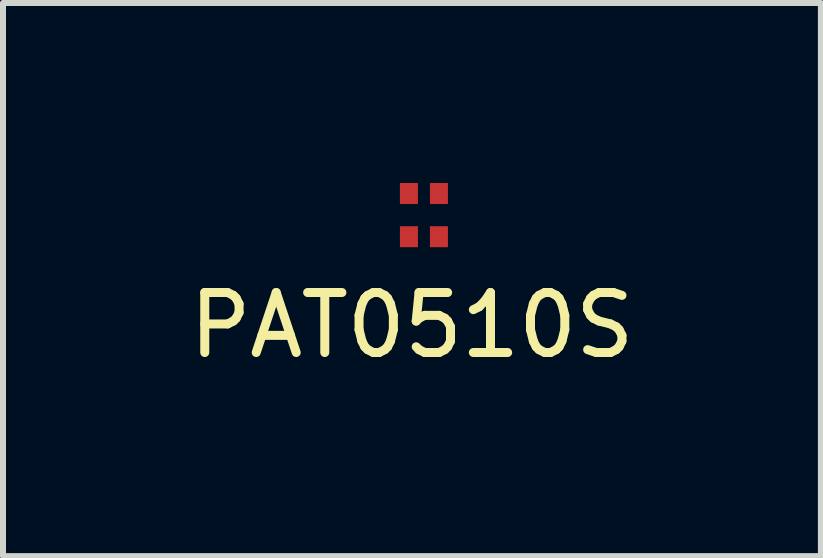
<source format=kicad_pcb>
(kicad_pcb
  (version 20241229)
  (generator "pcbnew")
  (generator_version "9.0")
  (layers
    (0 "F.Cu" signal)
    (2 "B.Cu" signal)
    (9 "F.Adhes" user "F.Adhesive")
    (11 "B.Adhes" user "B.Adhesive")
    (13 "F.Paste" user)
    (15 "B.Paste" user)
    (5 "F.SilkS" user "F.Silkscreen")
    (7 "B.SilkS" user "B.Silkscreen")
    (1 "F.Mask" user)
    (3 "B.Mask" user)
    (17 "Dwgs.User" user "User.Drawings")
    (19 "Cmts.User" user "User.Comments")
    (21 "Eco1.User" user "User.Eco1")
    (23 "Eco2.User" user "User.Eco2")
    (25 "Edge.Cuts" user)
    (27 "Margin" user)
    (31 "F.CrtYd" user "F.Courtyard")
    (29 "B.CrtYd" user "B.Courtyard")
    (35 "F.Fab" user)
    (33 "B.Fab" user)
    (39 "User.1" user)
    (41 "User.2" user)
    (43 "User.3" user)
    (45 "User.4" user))
  (footprint "PAT0510S"
    (layer "F.Cu")
    (at 3.615 1.07)
    (property "Reference" "PAT0510S" (at 0.2 1.3 0) (layer "F.SilkS") (effects (font (size 1 1) (thickness 0.15))))
    (attr through_hole)
    (pad "1" smd rect (at 0 -0.72) (size 0.3 0.35) (drill (offset 0.15 -0.175)) (layers "F.Cu" "F.Mask" "F.Paste"))
    (pad "2" smd rect (at 0.5 -0.72) (size 0.3 0.35) (drill (offset 0.15 -0.175)) (layers "F.Cu" "F.Mask" "F.Paste"))
    (pad "3" smd rect (at 0 0) (size 0.3 0.35) (drill (offset 0.15 -0.175)) (layers "F.Cu" "F.Mask" "F.Paste"))
    (pad "3" smd rect (at 0.5 0) (size 0.3 0.35) (drill (offset 0.15 -0.175)) (layers "F.Cu" "F.Mask" "F.Paste")))
  (gr_rect
    (start -3 -3)
    (end 10.631 6.218)
    (stroke (width 0.1) (type default))
    (fill no)
    (layer "Edge.Cuts")))
</source>
